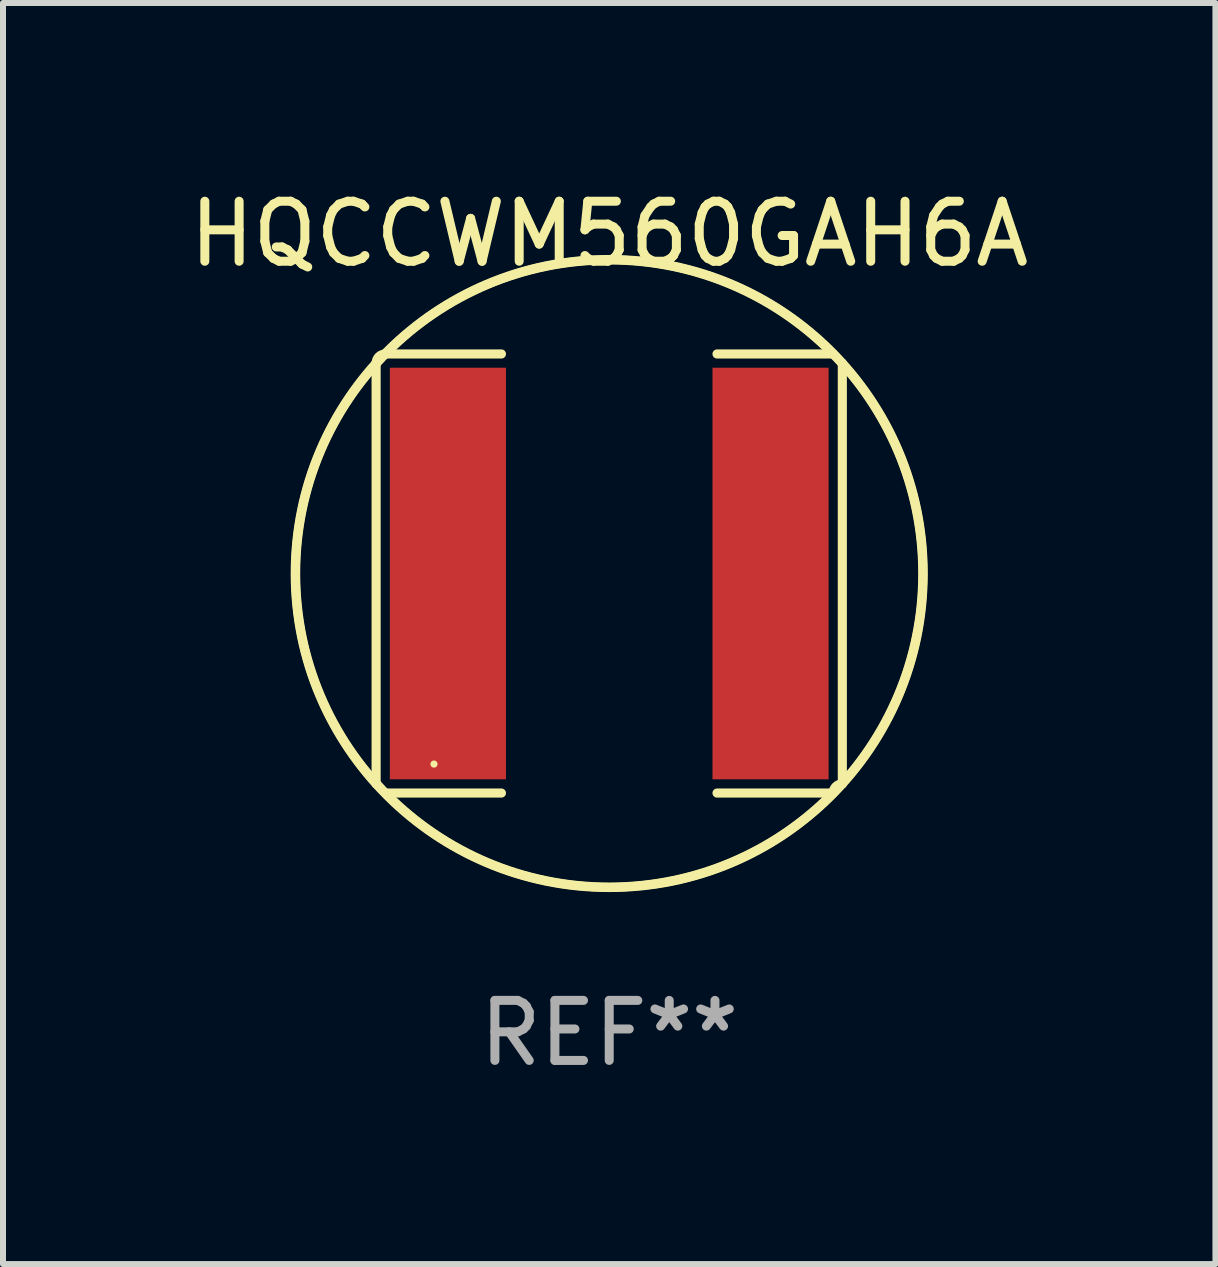
<source format=kicad_pcb>
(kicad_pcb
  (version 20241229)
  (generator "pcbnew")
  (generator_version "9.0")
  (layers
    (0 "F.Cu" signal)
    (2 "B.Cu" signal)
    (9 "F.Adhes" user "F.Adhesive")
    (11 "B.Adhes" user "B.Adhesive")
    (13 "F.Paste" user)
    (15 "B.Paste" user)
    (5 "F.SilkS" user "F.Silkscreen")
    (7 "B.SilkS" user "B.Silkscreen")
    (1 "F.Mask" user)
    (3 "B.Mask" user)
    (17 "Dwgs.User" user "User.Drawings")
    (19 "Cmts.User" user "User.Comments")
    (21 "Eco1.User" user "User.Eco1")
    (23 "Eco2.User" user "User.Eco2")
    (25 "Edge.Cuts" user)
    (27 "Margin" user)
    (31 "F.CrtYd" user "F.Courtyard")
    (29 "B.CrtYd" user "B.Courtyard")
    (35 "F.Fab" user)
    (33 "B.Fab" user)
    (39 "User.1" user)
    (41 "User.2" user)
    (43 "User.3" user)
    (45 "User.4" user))
  (footprint "HQCCWM560GAH6A"
    (layer "F.Cu")
    (at 7.101 6.506)
    (property "Reference" "HQCCWM560GAH6A" (at 0 -5.658 0) (layer "F.SilkS") (effects (font (size 1 1) (thickness 0.15))))
    (attr through_hole)
    (fp_line (start -3.884 -3.505) (end -3.884 3.505) (stroke (width 0.152) (type solid)) (layer "F.SilkS"))
    (fp_line (start -3.731 3.658) (end -1.796 3.658) (stroke (width 0.152) (type solid)) (layer "F.SilkS"))
    (fp_line (start -1.796 -3.658) (end -3.731 -3.658) (stroke (width 0.152) (type solid)) (layer "F.SilkS"))
    (fp_line (start 1.796 -3.658) (end 3.731 -3.658) (stroke (width 0.152) (type solid)) (layer "F.SilkS"))
    (fp_line (start 3.731 3.658) (end 1.796 3.658) (stroke (width 0.152) (type solid)) (layer "F.SilkS"))
    (fp_line (start 3.884 -3.505) (end 3.884 3.505) (stroke (width 0.152) (type solid)) (layer "F.SilkS"))
    (fp_arc (start -3.8836 -3.505199) (mid -3.838963 -3.612963) (end -3.731199 -3.6576) (stroke (width 0.1524) (type solid)) (layer "F.SilkS"))
    (fp_arc (start -3.883599 3.505199) (mid 3.883577 -3.505177) (end -3.883599 3.505199) (stroke (width 0.1524) (type solid)) (layer "F.SilkS"))
    (fp_arc (start 3.731198 3.6576) (mid 3.775835 3.549836) (end 3.883599 3.505199) (stroke (width 0.1524) (type solid)) (layer "F.SilkS"))
    (fp_arc (start 3.731199 -3.6576) (mid -3.731221 3.657622) (end 3.731199 -3.6576) (stroke (width 0.1524) (type solid)) (layer "F.SilkS"))
    (fp_circle (center -2.92 3.175) (end -2.89 3.175) (stroke (width 0.06) (type solid)) (fill no) (layer "F.SilkS"))
    (fp_text user "REF**" (at 0 7.658 0) (layer "F.Fab") (effects (font (size 1 1) (thickness 0.15))))
    (pad "1" smd rect (at -2.688 0) (size 1.935 6.858) (layers "F.Cu" "F.Mask" "F.Paste"))
    (pad "2" smd rect (at 2.688 0) (size 1.935 6.858) (layers "F.Cu" "F.Mask" "F.Paste")))
  (gr_rect
    (start -3 -3)
    (end 17.202 18.012)
    (stroke (width 0.1) (type default))
    (fill no)
    (layer "Edge.Cuts")))
</source>
